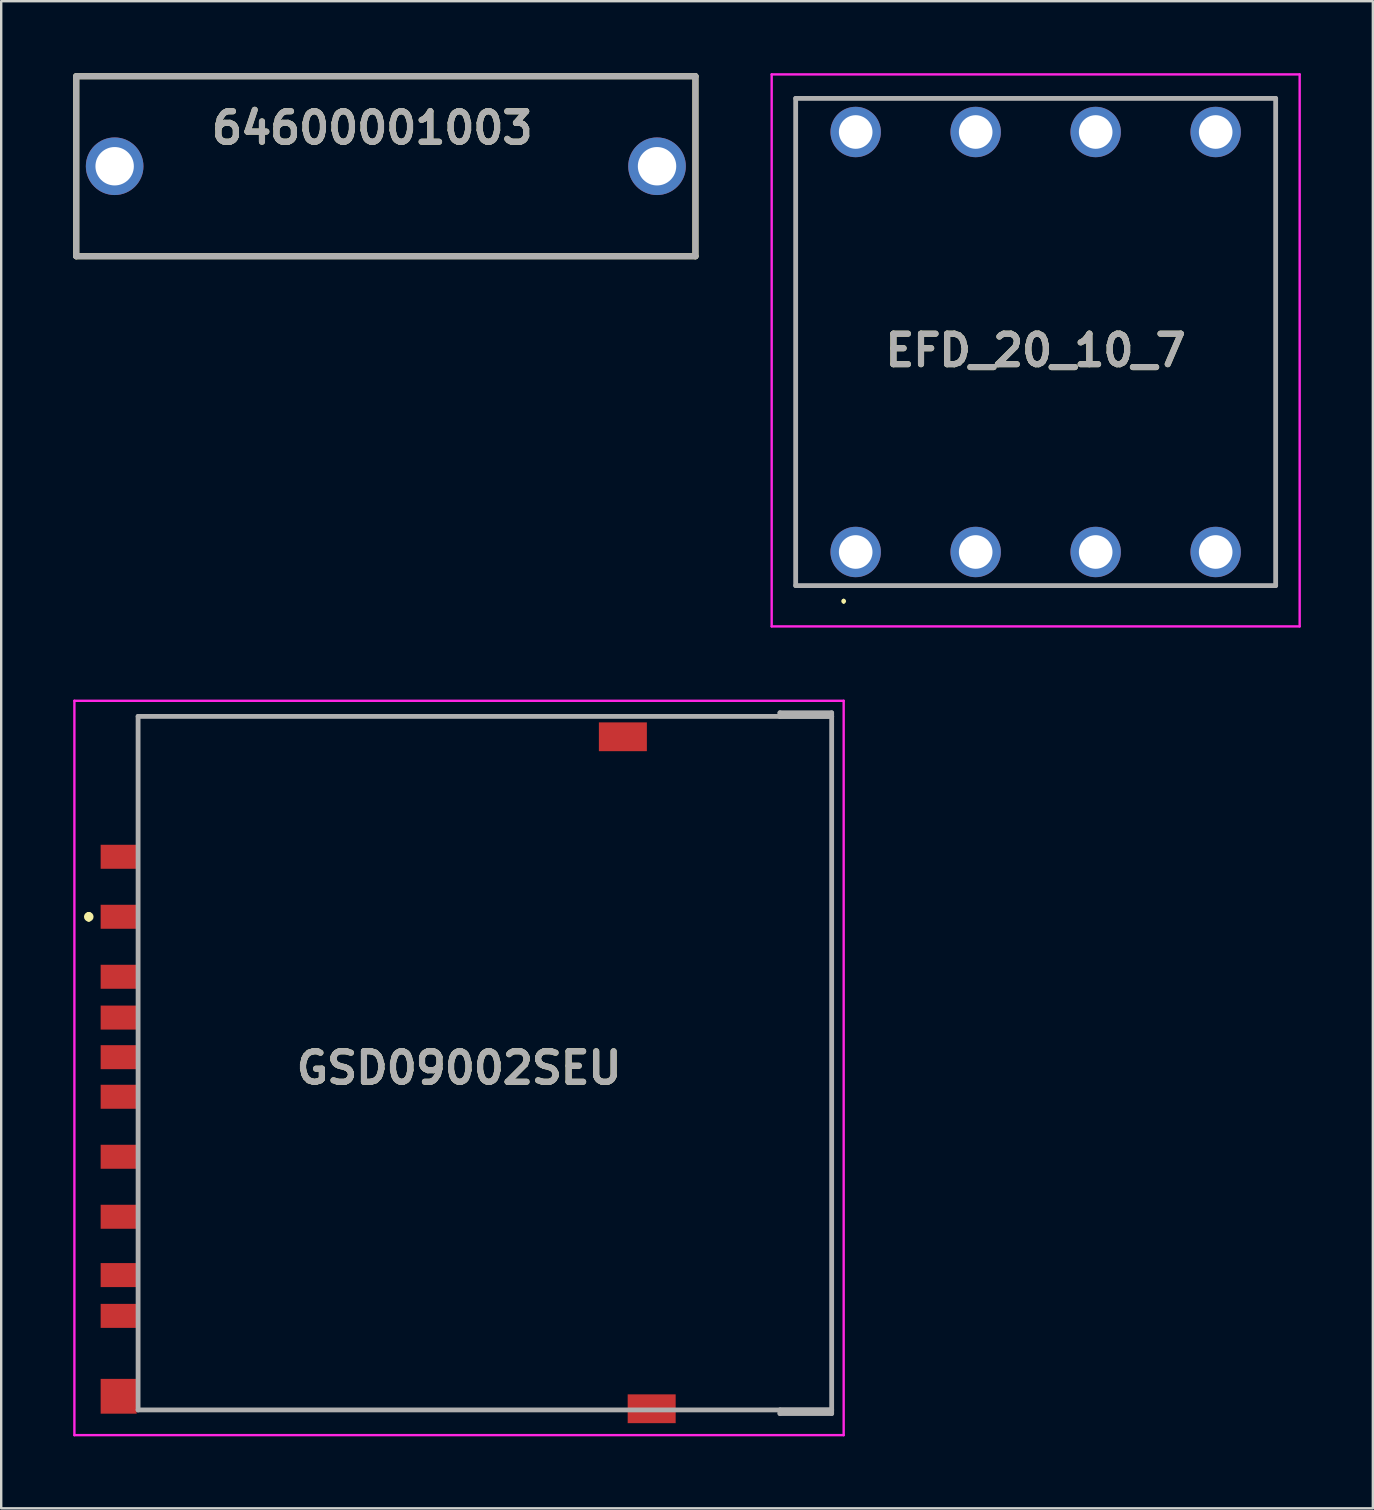
<source format=kicad_pcb>
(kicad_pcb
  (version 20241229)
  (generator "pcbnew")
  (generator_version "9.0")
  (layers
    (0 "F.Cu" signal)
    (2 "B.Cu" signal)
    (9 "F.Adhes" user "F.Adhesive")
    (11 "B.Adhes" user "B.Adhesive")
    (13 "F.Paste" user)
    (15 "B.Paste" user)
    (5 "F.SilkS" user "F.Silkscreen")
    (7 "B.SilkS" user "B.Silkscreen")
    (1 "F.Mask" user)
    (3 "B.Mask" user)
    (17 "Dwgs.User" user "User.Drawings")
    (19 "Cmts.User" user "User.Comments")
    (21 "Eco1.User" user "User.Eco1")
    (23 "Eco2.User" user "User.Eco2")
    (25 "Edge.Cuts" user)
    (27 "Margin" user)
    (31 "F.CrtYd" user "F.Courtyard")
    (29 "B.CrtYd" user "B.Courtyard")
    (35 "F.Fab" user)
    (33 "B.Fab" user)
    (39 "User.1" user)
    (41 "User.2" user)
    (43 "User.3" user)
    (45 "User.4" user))
  (footprint "EFD_20_10_7"
    (layer "F.Cu")
    (at 32.604 19.95)
    (property "Reference" "EFD_20_10_7" (at 7.5 -8.4 0) (layer "F.SilkS") (effects (font (size 1.27 1.27) (thickness 0.254))))
    (attr through_hole)
    (fp_line (start -2.5 -18.9) (end 17.5 -18.9) (stroke (width 0.1) (type solid)) (layer "F.SilkS"))
    (fp_line (start -2.5 1.4) (end -2.5 -18.9) (stroke (width 0.1) (type solid)) (layer "F.SilkS"))
    (fp_line (start -0.5 2) (end -0.5 2) (stroke (width 0.1) (type solid)) (layer "F.SilkS"))
    (fp_line (start -0.5 2.1) (end -0.5 2.1) (stroke (width 0.1) (type solid)) (layer "F.SilkS"))
    (fp_line (start 17.5 -18.9) (end 17.5 1.4) (stroke (width 0.1) (type solid)) (layer "F.SilkS"))
    (fp_line (start 17.5 1.4) (end -2.5 1.4) (stroke (width 0.1) (type solid)) (layer "F.SilkS"))
    (fp_arc (start -0.5 2) (mid -0.45 2.05) (end -0.5 2.1) (stroke (width 0.1) (type solid)) (layer "F.SilkS"))
    (fp_arc (start -0.5 2.1) (mid -0.55 2.05) (end -0.5 2) (stroke (width 0.1) (type solid)) (layer "F.SilkS"))
    (fp_line (start -3.5 -19.9) (end 18.5 -19.9) (stroke (width 0.1) (type solid)) (layer "F.CrtYd"))
    (fp_line (start -3.5 3.1) (end -3.5 -19.9) (stroke (width 0.1) (type solid)) (layer "F.CrtYd"))
    (fp_line (start 18.5 -19.9) (end 18.5 3.1) (stroke (width 0.1) (type solid)) (layer "F.CrtYd"))
    (fp_line (start 18.5 3.1) (end -3.5 3.1) (stroke (width 0.1) (type solid)) (layer "F.CrtYd"))
    (fp_line (start -2.5 -18.9) (end 17.5 -18.9) (stroke (width 0.2) (type solid)) (layer "F.Fab"))
    (fp_line (start -2.5 1.4) (end -2.5 -18.9) (stroke (width 0.2) (type solid)) (layer "F.Fab"))
    (fp_line (start 17.5 -18.9) (end 17.5 1.4) (stroke (width 0.2) (type solid)) (layer "F.Fab"))
    (fp_line (start 17.5 1.4) (end -2.5 1.4) (stroke (width 0.2) (type solid)) (layer "F.Fab"))
    (fp_text user "${REFERENCE}" (at 7.5 -8.4 0) (layer "F.Fab") (effects (font (size 1.27 1.27) (thickness 0.254))))
    (pad "1" thru_hole circle (at 10 0) (size 2.1 2.1) (drill 1.4) (layers "*.Cu" "*.Mask"))
    (pad "2" thru_hole circle (at 15 0) (size 2.1 2.1) (drill 1.4) (layers "*.Cu" "*.Mask"))
    (pad "3" thru_hole circle (at 10 -17.5) (size 2.1 2.1) (drill 1.4) (layers "*.Cu" "*.Mask"))
    (pad "4" thru_hole circle (at 15 -17.5) (size 2.1 2.1) (drill 1.4) (layers "*.Cu" "*.Mask"))
    (pad "5" thru_hole circle (at 0 0) (size 2.1 2.1) (drill 1.4) (layers "*.Cu" "*.Mask"))
    (pad "6" thru_hole circle (at 5 0) (size 2.1 2.1) (drill 1.4) (layers "*.Cu" "*.Mask"))
    (pad "7" thru_hole circle (at 0 -17.5) (size 2.1 2.1) (drill 1.4) (layers "*.Cu" "*.Mask"))
    (pad "8" thru_hole circle (at 5 -17.5) (size 2.1 2.1) (drill 1.4) (layers "*.Cu" "*.Mask")))
  (footprint "GSD09002SEU"
    (layer "F.Cu")
    (at 16.077 41.45)
    (property "Reference" "GSD09002SEU" (at 0 0 0) (layer "F.SilkS") (effects (font (size 1.27 1.27) (thickness 0.254))))
    (attr through_hole)
    (fp_line (start -15.428 -6.4) (end -15.428 -6.4) (stroke (width 0.2) (type solid)) (layer "F.SilkS"))
    (fp_line (start -15.428 -6.2) (end -15.428 -6.2) (stroke (width 0.2) (type solid)) (layer "F.SilkS"))
    (fp_line (start -13.373 -14.65) (end 5.172 -14.65) (stroke (width 0.1) (type solid)) (layer "F.SilkS"))
    (fp_line (start -13.373 -10.2) (end -13.373 -14.65) (stroke (width 0.1) (type solid)) (layer "F.SilkS"))
    (fp_line (start -13.373 11.3) (end -13.373 12.3) (stroke (width 0.1) (type solid)) (layer "F.SilkS"))
    (fp_line (start -12.828 14.25) (end 6.172 14.25) (stroke (width 0.1) (type solid)) (layer "F.SilkS"))
    (fp_line (start 8.672 -14.65) (end 15.527 -14.65) (stroke (width 0.1) (type solid)) (layer "F.SilkS"))
    (fp_line (start 15.527 -14.65) (end 15.527 14.25) (stroke (width 0.1) (type solid)) (layer "F.SilkS"))
    (fp_line (start 15.527 14.25) (end 9.672 14.25) (stroke (width 0.1) (type solid)) (layer "F.SilkS"))
    (fp_arc (start -15.428 -6.4) (mid -15.328 -6.3) (end -15.428 -6.2) (stroke (width 0.2) (type solid)) (layer "F.SilkS"))
    (fp_arc (start -15.428 -6.2) (mid -15.528 -6.3) (end -15.428 -6.4) (stroke (width 0.2) (type solid)) (layer "F.SilkS"))
    (fp_line (start -16.027 -15.3) (end 16.027 -15.3) (stroke (width 0.1) (type solid)) (layer "F.CrtYd"))
    (fp_line (start -16.027 15.3) (end -16.027 -15.3) (stroke (width 0.1) (type solid)) (layer "F.CrtYd"))
    (fp_line (start 16.027 -15.3) (end 16.027 15.3) (stroke (width 0.1) (type solid)) (layer "F.CrtYd"))
    (fp_line (start 16.027 15.3) (end -16.027 15.3) (stroke (width 0.1) (type solid)) (layer "F.CrtYd"))
    (fp_line (start -13.373 -14.65) (end 15.527 -14.65) (stroke (width 0.2) (type solid)) (layer "F.Fab"))
    (fp_line (start -13.373 14.25) (end -13.373 -14.65) (stroke (width 0.2) (type solid)) (layer "F.Fab"))
    (fp_line (start 13.372 -14.8) (end 13.372 -14.65) (stroke (width 0.2) (type solid)) (layer "F.Fab"))
    (fp_line (start 13.372 -14.65) (end 15.527 -14.65) (stroke (width 0.2) (type solid)) (layer "F.Fab"))
    (fp_line (start 13.372 14.25) (end 15.527 14.25) (stroke (width 0.2) (type solid)) (layer "F.Fab"))
    (fp_line (start 13.372 14.4) (end 13.372 14.25) (stroke (width 0.2) (type solid)) (layer "F.Fab"))
    (fp_line (start 15.527 -14.8) (end 13.372 -14.8) (stroke (width 0.2) (type solid)) (layer "F.Fab"))
    (fp_line (start 15.527 -14.65) (end 15.527 -14.8) (stroke (width 0.2) (type solid)) (layer "F.Fab"))
    (fp_line (start 15.527 -14.65) (end 15.527 14.25) (stroke (width 0.2) (type solid)) (layer "F.Fab"))
    (fp_line (start 15.527 14.25) (end -13.373 14.25) (stroke (width 0.2) (type solid)) (layer "F.Fab"))
    (fp_line (start 15.527 14.25) (end 15.527 14.4) (stroke (width 0.2) (type solid)) (layer "F.Fab"))
    (fp_line (start 15.527 14.4) (end 13.372 14.4) (stroke (width 0.2) (type solid)) (layer "F.Fab"))
    (fp_text user "${REFERENCE}" (at 0 0 0) (layer "F.Fab") (effects (font (size 1.27 1.27) (thickness 0.254))))
    (pad "" np_thru_hole circle (at 10.127 -11.5) (size 0.001 0.001) (drill 1.7) (layers "*.Cu" "*.Mask"))
    (pad "" np_thru_hole circle (at 10.127 12.65) (size 0.001 0.001) (drill 1.7) (layers "*.Cu" "*.Mask"))
    (pad "1" smd rect (at -14.183 -6.3 90) (size 1 1.5) (layers "F.Cu" "F.Mask" "F.Paste"))
    (pad "2" smd rect (at -14.183 -3.8 90) (size 1 1.5) (layers "F.Cu" "F.Mask" "F.Paste"))
    (pad "3" smd rect (at -14.183 -0.45 90) (size 1 1.5) (layers "F.Cu" "F.Mask" "F.Paste"))
    (pad "4" smd rect (at -14.183 1.2 90) (size 1 1.5) (layers "F.Cu" "F.Mask" "F.Paste"))
    (pad "5" smd rect (at -14.183 3.7 90) (size 1 1.5) (layers "F.Cu" "F.Mask" "F.Paste"))
    (pad "6" smd rect (at -14.183 6.2 90) (size 1 1.5) (layers "F.Cu" "F.Mask" "F.Paste"))
    (pad "7" smd rect (at -14.183 8.63 90) (size 1 1.5) (layers "F.Cu" "F.Mask" "F.Paste"))
    (pad "8" smd rect (at -14.183 10.33 90) (size 1 1.5) (layers "F.Cu" "F.Mask" "F.Paste"))
    (pad "9" smd rect (at -14.183 -8.8 90) (size 1 1.5) (layers "F.Cu" "F.Mask" "F.Paste"))
    (pad "10" smd rect (at -14.183 -2.1 90) (size 1 1.5) (layers "F.Cu" "F.Mask" "F.Paste"))
    (pad "11" smd rect (at -14.183 13.68 90) (size 1.45 1.5) (layers "F.Cu" "F.Mask" "F.Paste"))
    (pad "12" smd rect (at 6.827 -13.8 90) (size 1.2 2) (layers "F.Cu" "F.Mask" "F.Paste"))
    (pad "13" smd rect (at 8.027 14.2 90) (size 1.2 2) (layers "F.Cu" "F.Mask" "F.Paste")))
  (footprint "64600001003"
    (layer "F.Cu")
    (at 13.027 3.877)
    (property "Reference" "64600001003" (at -0.565 -1.595 0) (layer "F.SilkS") (effects (font (size 1.27 1.27) (thickness 0.254))))
    (attr through_hole)
    (fp_line (start -12.9 -3.75) (end 12.9 -3.75) (stroke (width 0.254) (type solid)) (layer "F.SilkS"))
    (fp_line (start -12.9 3.75) (end -12.9 -3.75) (stroke (width 0.254) (type solid)) (layer "F.SilkS"))
    (fp_line (start 12.9 -3.75) (end 12.9 3.75) (stroke (width 0.254) (type solid)) (layer "F.SilkS"))
    (fp_line (start 12.9 3.75) (end -12.9 3.75) (stroke (width 0.254) (type solid)) (layer "F.SilkS"))
    (fp_line (start -12.9 -3.75) (end 12.9 -3.75) (stroke (width 0.254) (type solid)) (layer "F.Fab"))
    (fp_line (start -12.9 3.75) (end -12.9 -3.75) (stroke (width 0.254) (type solid)) (layer "F.Fab"))
    (fp_line (start 12.9 -3.75) (end 12.9 3.75) (stroke (width 0.254) (type solid)) (layer "F.Fab"))
    (fp_line (start 12.9 3.75) (end -12.9 3.75) (stroke (width 0.254) (type solid)) (layer "F.Fab"))
    (fp_text user "${REFERENCE}" (at -0.565 -1.595 0) (layer "F.Fab") (effects (font (size 1.27 1.27) (thickness 0.254))))
    (pad "1" thru_hole circle (at -11.3 0) (size 2.4 2.4) (drill 1.6) (layers "*.Cu" "*.Mask"))
    (pad "2" thru_hole circle (at 11.3 0) (size 2.4 2.4) (drill 1.6) (layers "*.Cu" "*.Mask")))
  (gr_rect
    (start -3 -3)
    (end 54.154 59.8)
    (stroke (width 0.1) (type default))
    (fill no)
    (layer "Edge.Cuts")))
</source>
